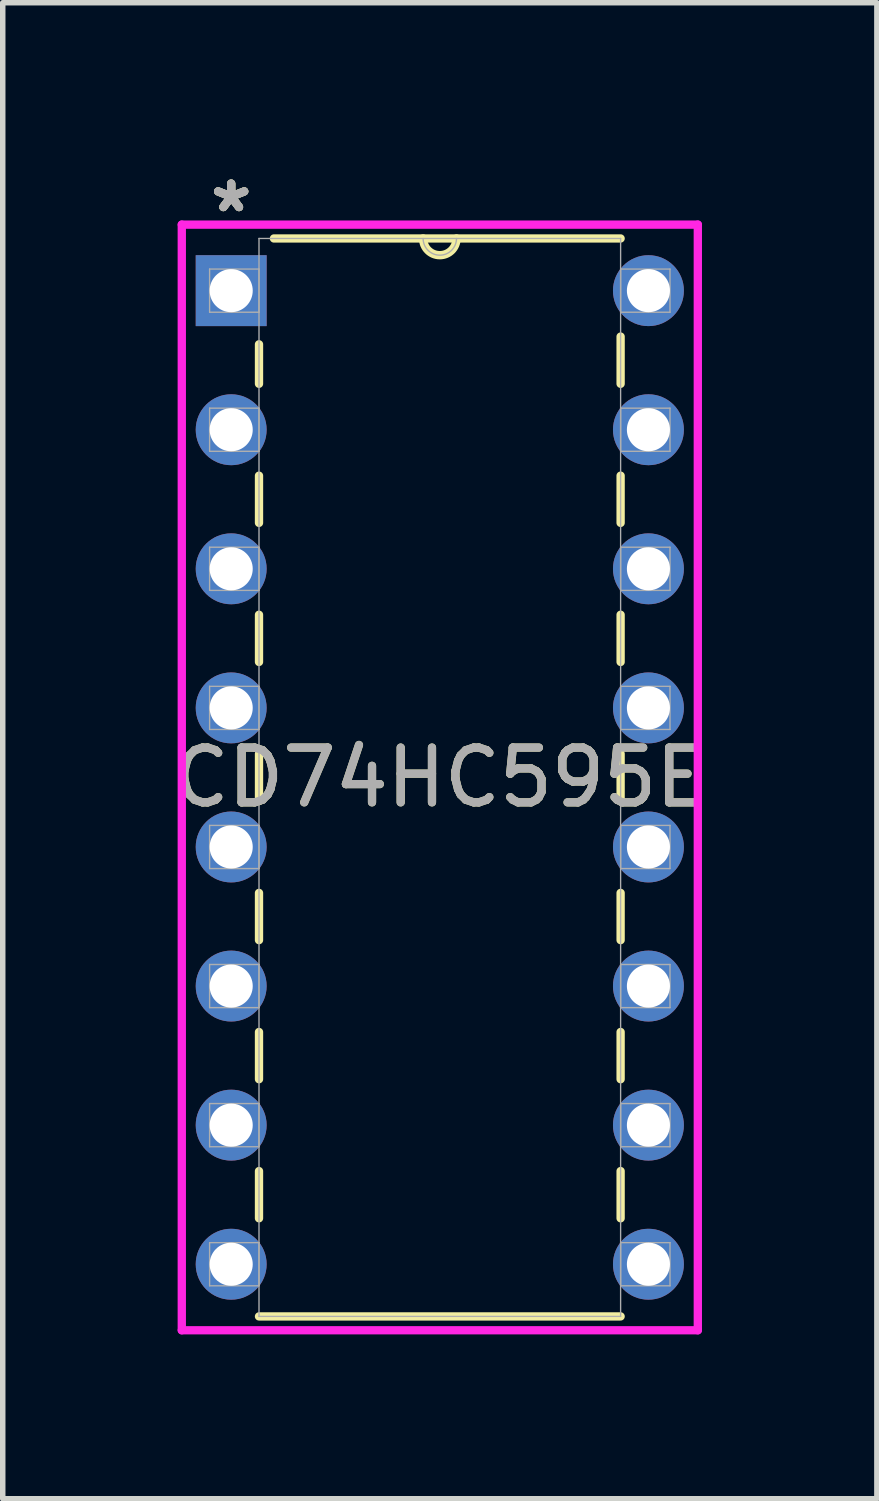
<source format=kicad_pcb>
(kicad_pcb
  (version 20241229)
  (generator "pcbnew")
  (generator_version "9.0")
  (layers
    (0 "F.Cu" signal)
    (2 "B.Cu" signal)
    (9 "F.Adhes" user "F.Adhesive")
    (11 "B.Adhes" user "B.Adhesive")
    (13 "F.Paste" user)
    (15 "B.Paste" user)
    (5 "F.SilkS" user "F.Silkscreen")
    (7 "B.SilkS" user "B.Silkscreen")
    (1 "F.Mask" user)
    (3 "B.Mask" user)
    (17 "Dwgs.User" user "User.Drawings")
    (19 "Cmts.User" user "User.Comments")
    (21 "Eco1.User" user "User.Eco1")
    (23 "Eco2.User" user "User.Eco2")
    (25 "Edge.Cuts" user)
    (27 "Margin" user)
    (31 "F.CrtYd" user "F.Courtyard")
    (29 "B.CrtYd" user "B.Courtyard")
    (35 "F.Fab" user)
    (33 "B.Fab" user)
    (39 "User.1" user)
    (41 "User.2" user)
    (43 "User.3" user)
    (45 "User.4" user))
  (footprint "CD74HC595E"
    (layer "F.Cu")
    (at 8.792 20.038)
    (property "Reference" "CD74HC595E" (at -3.81 -8.89 0) (unlocked yes) (layer "F.SilkS") (effects (font (size 1 1) (thickness 0.15))))
    (attr through_hole)
    (fp_line (start -7.112 -16.8) (end -7.112 -16.079) (stroke (width 0.152) (type solid)) (layer "F.SilkS"))
    (fp_line (start -7.112 -14.401) (end -7.112 -13.539) (stroke (width 0.152) (type solid)) (layer "F.SilkS"))
    (fp_line (start -7.112 -11.861) (end -7.112 -10.999) (stroke (width 0.152) (type solid)) (layer "F.SilkS"))
    (fp_line (start -7.112 -9.321) (end -7.112 -8.459) (stroke (width 0.152) (type solid)) (layer "F.SilkS"))
    (fp_line (start -7.112 -6.781) (end -7.112 -5.919) (stroke (width 0.152) (type solid)) (layer "F.SilkS"))
    (fp_line (start -7.112 -4.241) (end -7.112 -3.379) (stroke (width 0.152) (type solid)) (layer "F.SilkS"))
    (fp_line (start -7.112 -1.701) (end -7.112 -0.839) (stroke (width 0.152) (type solid)) (layer "F.SilkS"))
    (fp_line (start -7.112 0.953) (end -0.508 0.953) (stroke (width 0.152) (type solid)) (layer "F.SilkS"))
    (fp_line (start -0.508 -18.733) (end -6.839 -18.733) (stroke (width 0.152) (type solid)) (layer "F.SilkS"))
    (fp_line (start -0.508 -16.079) (end -0.508 -16.941) (stroke (width 0.152) (type solid)) (layer "F.SilkS"))
    (fp_line (start -0.508 -13.539) (end -0.508 -14.401) (stroke (width 0.152) (type solid)) (layer "F.SilkS"))
    (fp_line (start -0.508 -10.999) (end -0.508 -11.861) (stroke (width 0.152) (type solid)) (layer "F.SilkS"))
    (fp_line (start -0.508 -8.459) (end -0.508 -9.321) (stroke (width 0.152) (type solid)) (layer "F.SilkS"))
    (fp_line (start -0.508 -5.919) (end -0.508 -6.781) (stroke (width 0.152) (type solid)) (layer "F.SilkS"))
    (fp_line (start -0.508 -3.379) (end -0.508 -4.241) (stroke (width 0.152) (type solid)) (layer "F.SilkS"))
    (fp_line (start -0.508 -0.839) (end -0.508 -1.701) (stroke (width 0.152) (type solid)) (layer "F.SilkS"))
    (fp_arc (start -3.5052 -18.7325) (mid -3.81 -18.4277) (end -4.1148 -18.7325) (stroke (width 0.1524) (type solid)) (layer "F.SilkS"))
    (fp_line (start -8.522 -18.986) (end -8.522 1.206) (stroke (width 0.152) (type solid)) (layer "F.CrtYd"))
    (fp_line (start -8.522 1.206) (end 0.902 1.206) (stroke (width 0.152) (type solid)) (layer "F.CrtYd"))
    (fp_line (start 0.902 -18.986) (end -8.522 -18.986) (stroke (width 0.152) (type solid)) (layer "F.CrtYd"))
    (fp_line (start 0.902 1.206) (end 0.902 -18.986) (stroke (width 0.152) (type solid)) (layer "F.CrtYd"))
    (fp_line (start -8.014 -18.174) (end -8.014 -17.386) (stroke (width 0.025) (type solid)) (layer "F.Fab"))
    (fp_line (start -8.014 -17.386) (end -7.112 -17.386) (stroke (width 0.025) (type solid)) (layer "F.Fab"))
    (fp_line (start -8.014 -15.634) (end -8.014 -14.846) (stroke (width 0.025) (type solid)) (layer "F.Fab"))
    (fp_line (start -8.014 -14.846) (end -7.112 -14.846) (stroke (width 0.025) (type solid)) (layer "F.Fab"))
    (fp_line (start -8.014 -13.094) (end -8.014 -12.306) (stroke (width 0.025) (type solid)) (layer "F.Fab"))
    (fp_line (start -8.014 -12.306) (end -7.112 -12.306) (stroke (width 0.025) (type solid)) (layer "F.Fab"))
    (fp_line (start -8.014 -10.554) (end -8.014 -9.766) (stroke (width 0.025) (type solid)) (layer "F.Fab"))
    (fp_line (start -8.014 -9.766) (end -7.112 -9.766) (stroke (width 0.025) (type solid)) (layer "F.Fab"))
    (fp_line (start -8.014 -8.014) (end -8.014 -7.226) (stroke (width 0.025) (type solid)) (layer "F.Fab"))
    (fp_line (start -8.014 -7.226) (end -7.112 -7.226) (stroke (width 0.025) (type solid)) (layer "F.Fab"))
    (fp_line (start -8.014 -5.474) (end -8.014 -4.686) (stroke (width 0.025) (type solid)) (layer "F.Fab"))
    (fp_line (start -8.014 -4.686) (end -7.112 -4.686) (stroke (width 0.025) (type solid)) (layer "F.Fab"))
    (fp_line (start -8.014 -2.934) (end -8.014 -2.146) (stroke (width 0.025) (type solid)) (layer "F.Fab"))
    (fp_line (start -8.014 -2.146) (end -7.112 -2.146) (stroke (width 0.025) (type solid)) (layer "F.Fab"))
    (fp_line (start -8.014 -0.394) (end -8.014 0.394) (stroke (width 0.025) (type solid)) (layer "F.Fab"))
    (fp_line (start -8.014 0.394) (end -7.112 0.394) (stroke (width 0.025) (type solid)) (layer "F.Fab"))
    (fp_line (start -7.112 -18.733) (end -7.112 0.953) (stroke (width 0.025) (type solid)) (layer "F.Fab"))
    (fp_line (start -7.112 -18.174) (end -8.014 -18.174) (stroke (width 0.025) (type solid)) (layer "F.Fab"))
    (fp_line (start -7.112 -17.386) (end -7.112 -18.174) (stroke (width 0.025) (type solid)) (layer "F.Fab"))
    (fp_line (start -7.112 -15.634) (end -8.014 -15.634) (stroke (width 0.025) (type solid)) (layer "F.Fab"))
    (fp_line (start -7.112 -14.846) (end -7.112 -15.634) (stroke (width 0.025) (type solid)) (layer "F.Fab"))
    (fp_line (start -7.112 -13.094) (end -8.014 -13.094) (stroke (width 0.025) (type solid)) (layer "F.Fab"))
    (fp_line (start -7.112 -12.306) (end -7.112 -13.094) (stroke (width 0.025) (type solid)) (layer "F.Fab"))
    (fp_line (start -7.112 -10.554) (end -8.014 -10.554) (stroke (width 0.025) (type solid)) (layer "F.Fab"))
    (fp_line (start -7.112 -9.766) (end -7.112 -10.554) (stroke (width 0.025) (type solid)) (layer "F.Fab"))
    (fp_line (start -7.112 -8.014) (end -8.014 -8.014) (stroke (width 0.025) (type solid)) (layer "F.Fab"))
    (fp_line (start -7.112 -7.226) (end -7.112 -8.014) (stroke (width 0.025) (type solid)) (layer "F.Fab"))
    (fp_line (start -7.112 -5.474) (end -8.014 -5.474) (stroke (width 0.025) (type solid)) (layer "F.Fab"))
    (fp_line (start -7.112 -4.686) (end -7.112 -5.474) (stroke (width 0.025) (type solid)) (layer "F.Fab"))
    (fp_line (start -7.112 -2.934) (end -8.014 -2.934) (stroke (width 0.025) (type solid)) (layer "F.Fab"))
    (fp_line (start -7.112 -2.146) (end -7.112 -2.934) (stroke (width 0.025) (type solid)) (layer "F.Fab"))
    (fp_line (start -7.112 -0.394) (end -8.014 -0.394) (stroke (width 0.025) (type solid)) (layer "F.Fab"))
    (fp_line (start -7.112 0.394) (end -7.112 -0.394) (stroke (width 0.025) (type solid)) (layer "F.Fab"))
    (fp_line (start -7.112 0.953) (end -0.508 0.953) (stroke (width 0.025) (type solid)) (layer "F.Fab"))
    (fp_line (start -0.508 -18.733) (end -7.112 -18.733) (stroke (width 0.025) (type solid)) (layer "F.Fab"))
    (fp_line (start -0.508 -18.174) (end -0.508 -17.386) (stroke (width 0.025) (type solid)) (layer "F.Fab"))
    (fp_line (start -0.508 -17.386) (end 0.394 -17.386) (stroke (width 0.025) (type solid)) (layer "F.Fab"))
    (fp_line (start -0.508 -15.634) (end -0.508 -14.846) (stroke (width 0.025) (type solid)) (layer "F.Fab"))
    (fp_line (start -0.508 -14.846) (end 0.394 -14.846) (stroke (width 0.025) (type solid)) (layer "F.Fab"))
    (fp_line (start -0.508 -13.094) (end -0.508 -12.306) (stroke (width 0.025) (type solid)) (layer "F.Fab"))
    (fp_line (start -0.508 -12.306) (end 0.394 -12.306) (stroke (width 0.025) (type solid)) (layer "F.Fab"))
    (fp_line (start -0.508 -10.554) (end -0.508 -9.766) (stroke (width 0.025) (type solid)) (layer "F.Fab"))
    (fp_line (start -0.508 -9.766) (end 0.394 -9.766) (stroke (width 0.025) (type solid)) (layer "F.Fab"))
    (fp_line (start -0.508 -8.014) (end -0.508 -7.226) (stroke (width 0.025) (type solid)) (layer "F.Fab"))
    (fp_line (start -0.508 -7.226) (end 0.394 -7.226) (stroke (width 0.025) (type solid)) (layer "F.Fab"))
    (fp_line (start -0.508 -5.474) (end -0.508 -4.686) (stroke (width 0.025) (type solid)) (layer "F.Fab"))
    (fp_line (start -0.508 -4.686) (end 0.394 -4.686) (stroke (width 0.025) (type solid)) (layer "F.Fab"))
    (fp_line (start -0.508 -2.934) (end -0.508 -2.146) (stroke (width 0.025) (type solid)) (layer "F.Fab"))
    (fp_line (start -0.508 -2.146) (end 0.394 -2.146) (stroke (width 0.025) (type solid)) (layer "F.Fab"))
    (fp_line (start -0.508 -0.394) (end -0.508 0.394) (stroke (width 0.025) (type solid)) (layer "F.Fab"))
    (fp_line (start -0.508 0.394) (end 0.394 0.394) (stroke (width 0.025) (type solid)) (layer "F.Fab"))
    (fp_line (start -0.508 0.953) (end -0.508 -18.733) (stroke (width 0.025) (type solid)) (layer "F.Fab"))
    (fp_line (start 0.394 -18.174) (end -0.508 -18.174) (stroke (width 0.025) (type solid)) (layer "F.Fab"))
    (fp_line (start 0.394 -17.386) (end 0.394 -18.174) (stroke (width 0.025) (type solid)) (layer "F.Fab"))
    (fp_line (start 0.394 -15.634) (end -0.508 -15.634) (stroke (width 0.025) (type solid)) (layer "F.Fab"))
    (fp_line (start 0.394 -14.846) (end 0.394 -15.634) (stroke (width 0.025) (type solid)) (layer "F.Fab"))
    (fp_line (start 0.394 -13.094) (end -0.508 -13.094) (stroke (width 0.025) (type solid)) (layer "F.Fab"))
    (fp_line (start 0.394 -12.306) (end 0.394 -13.094) (stroke (width 0.025) (type solid)) (layer "F.Fab"))
    (fp_line (start 0.394 -10.554) (end -0.508 -10.554) (stroke (width 0.025) (type solid)) (layer "F.Fab"))
    (fp_line (start 0.394 -9.766) (end 0.394 -10.554) (stroke (width 0.025) (type solid)) (layer "F.Fab"))
    (fp_line (start 0.394 -8.014) (end -0.508 -8.014) (stroke (width 0.025) (type solid)) (layer "F.Fab"))
    (fp_line (start 0.394 -7.226) (end 0.394 -8.014) (stroke (width 0.025) (type solid)) (layer "F.Fab"))
    (fp_line (start 0.394 -5.474) (end -0.508 -5.474) (stroke (width 0.025) (type solid)) (layer "F.Fab"))
    (fp_line (start 0.394 -4.686) (end 0.394 -5.474) (stroke (width 0.025) (type solid)) (layer "F.Fab"))
    (fp_line (start 0.394 -2.934) (end -0.508 -2.934) (stroke (width 0.025) (type solid)) (layer "F.Fab"))
    (fp_line (start 0.394 -2.146) (end 0.394 -2.934) (stroke (width 0.025) (type solid)) (layer "F.Fab"))
    (fp_line (start 0.394 -0.394) (end -0.508 -0.394) (stroke (width 0.025) (type solid)) (layer "F.Fab"))
    (fp_line (start 0.394 0.394) (end 0.394 -0.394) (stroke (width 0.025) (type solid)) (layer "F.Fab"))
    (fp_arc (start -3.5052 -18.7325) (mid -3.81 -18.4277) (end -4.1148 -18.7325) (stroke (width 0.0254) (type solid)) (layer "F.Fab"))
    (fp_text user "*" (at -7.62 -19.19 0) (unlocked yes) (layer "F.SilkS") (effects (font (size 1 1) (thickness 0.15))))
    (fp_text user "*" (at -7.62 -19.19 0) (layer "F.SilkS") (effects (font (size 1 1) (thickness 0.15))))
    (fp_text user "*" (at -7.62 -19.19 0) (unlocked yes) (layer "F.Fab") (effects (font (size 1 1) (thickness 0.15))))
    (fp_text user "${REFERENCE}" (at -3.81 -8.89 0) (unlocked yes) (layer "F.Fab") (effects (font (size 1 1) (thickness 0.15))))
    (fp_text user "*" (at -7.62 -19.19 0) (layer "F.Fab") (effects (font (size 1 1) (thickness 0.15))))
    (pad "1" thru_hole rect (at -7.62 -17.78) (size 1.295 1.295) (drill 0.787) (layers "*.Cu" "*.Mask"))
    (pad "2" thru_hole circle (at -7.62 -15.24) (size 1.295 1.295) (drill 0.787) (layers "*.Cu" "*.Mask"))
    (pad "3" thru_hole circle (at -7.62 -12.7) (size 1.295 1.295) (drill 0.787) (layers "*.Cu" "*.Mask"))
    (pad "4" thru_hole circle (at -7.62 -10.16) (size 1.295 1.295) (drill 0.787) (layers "*.Cu" "*.Mask"))
    (pad "5" thru_hole circle (at -7.62 -7.62) (size 1.295 1.295) (drill 0.787) (layers "*.Cu" "*.Mask"))
    (pad "6" thru_hole circle (at -7.62 -5.08) (size 1.295 1.295) (drill 0.787) (layers "*.Cu" "*.Mask"))
    (pad "7" thru_hole circle (at -7.62 -2.54) (size 1.295 1.295) (drill 0.787) (layers "*.Cu" "*.Mask"))
    (pad "8" thru_hole circle (at -7.62 0) (size 1.295 1.295) (drill 0.787) (layers "*.Cu" "*.Mask"))
    (pad "9" thru_hole circle (at 0 0) (size 1.295 1.295) (drill 0.787) (layers "*.Cu" "*.Mask"))
    (pad "10" thru_hole circle (at 0 -2.54) (size 1.295 1.295) (drill 0.787) (layers "*.Cu" "*.Mask"))
    (pad "11" thru_hole circle (at 0 -5.08) (size 1.295 1.295) (drill 0.787) (layers "*.Cu" "*.Mask"))
    (pad "12" thru_hole circle (at 0 -7.62) (size 1.295 1.295) (drill 0.787) (layers "*.Cu" "*.Mask"))
    (pad "13" thru_hole circle (at 0 -10.16) (size 1.295 1.295) (drill 0.787) (layers "*.Cu" "*.Mask"))
    (pad "14" thru_hole circle (at 0 -12.7) (size 1.295 1.295) (drill 0.787) (layers "*.Cu" "*.Mask"))
    (pad "15" thru_hole circle (at 0 -15.24) (size 1.295 1.295) (drill 0.787) (layers "*.Cu" "*.Mask"))
    (pad "16" thru_hole circle (at 0 -17.78) (size 1.295 1.295) (drill 0.787) (layers "*.Cu" "*.Mask")))
  (gr_rect
    (start -3 -3)
    (end 12.964 24.321)
    (stroke (width 0.1) (type default))
    (fill no)
    (layer "Edge.Cuts")))
</source>
